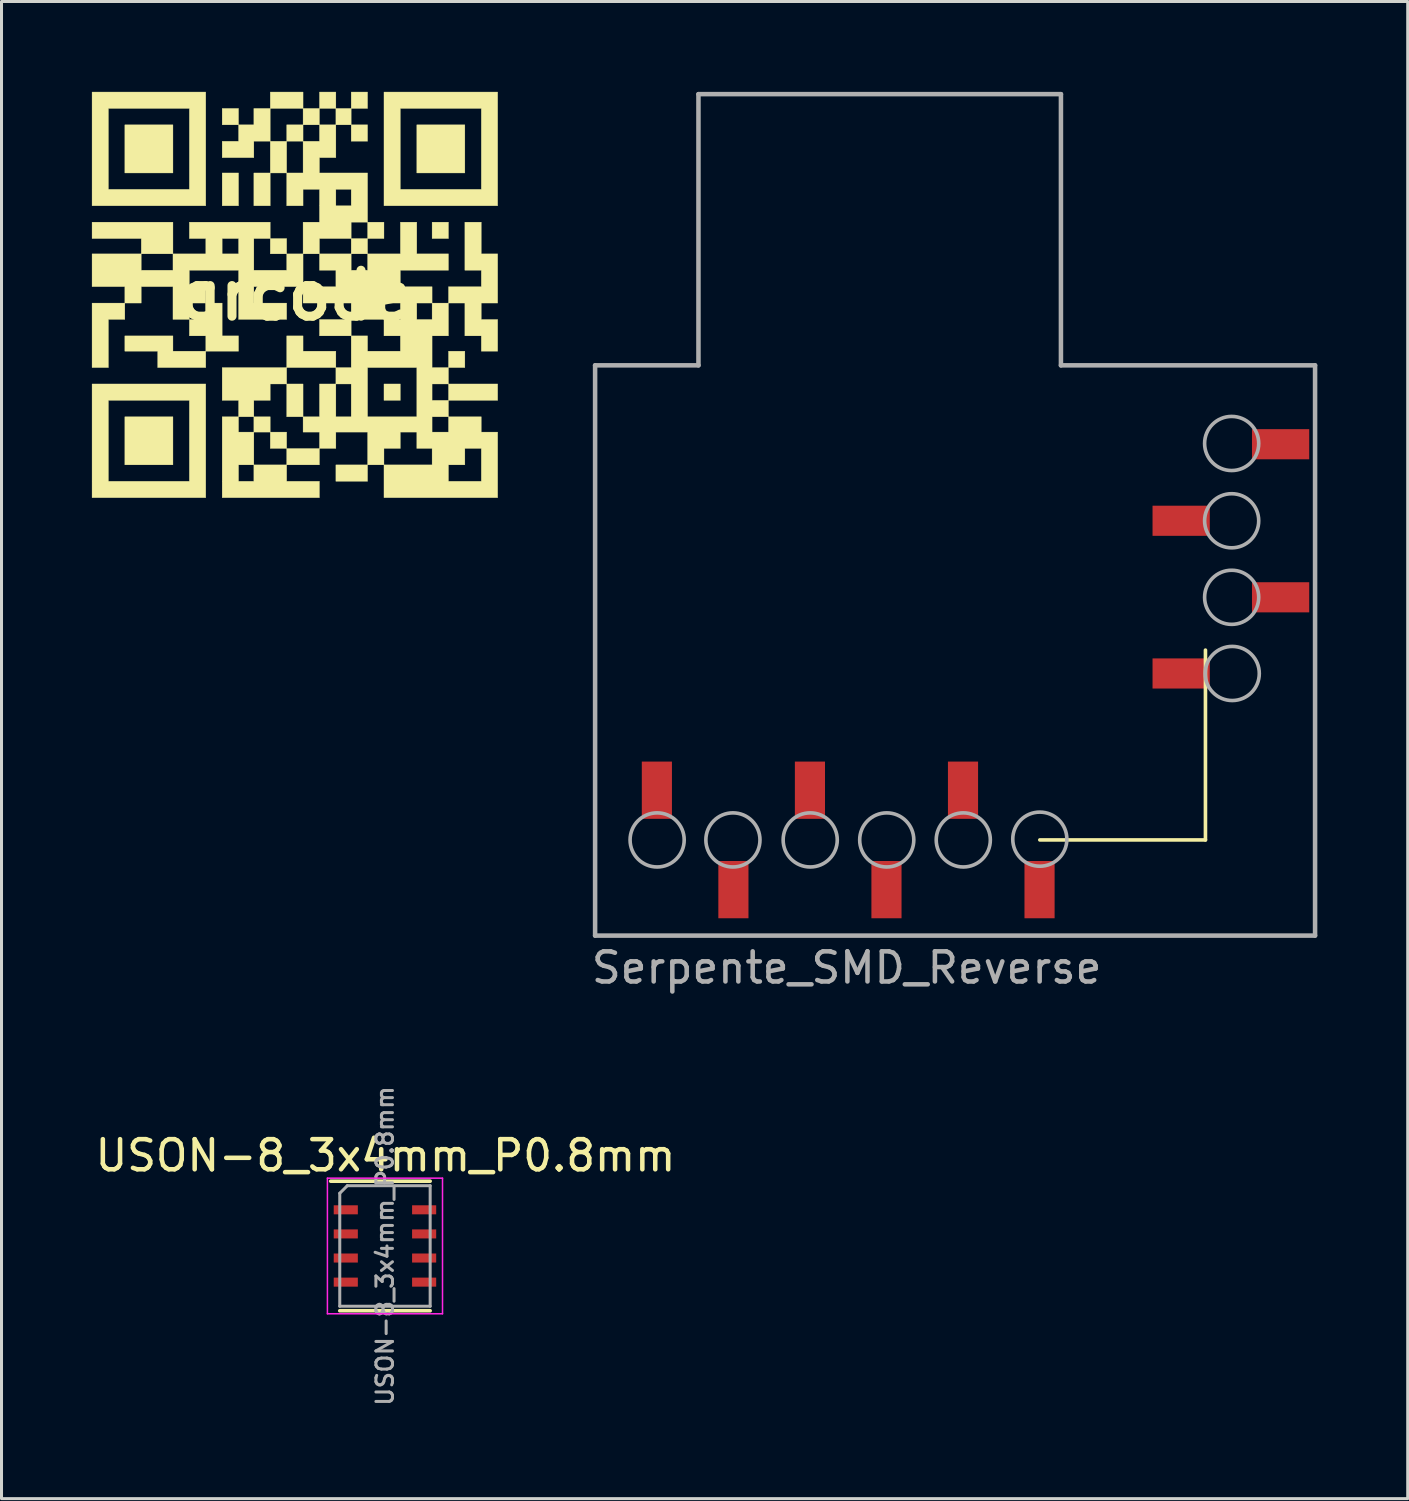
<source format=kicad_pcb>
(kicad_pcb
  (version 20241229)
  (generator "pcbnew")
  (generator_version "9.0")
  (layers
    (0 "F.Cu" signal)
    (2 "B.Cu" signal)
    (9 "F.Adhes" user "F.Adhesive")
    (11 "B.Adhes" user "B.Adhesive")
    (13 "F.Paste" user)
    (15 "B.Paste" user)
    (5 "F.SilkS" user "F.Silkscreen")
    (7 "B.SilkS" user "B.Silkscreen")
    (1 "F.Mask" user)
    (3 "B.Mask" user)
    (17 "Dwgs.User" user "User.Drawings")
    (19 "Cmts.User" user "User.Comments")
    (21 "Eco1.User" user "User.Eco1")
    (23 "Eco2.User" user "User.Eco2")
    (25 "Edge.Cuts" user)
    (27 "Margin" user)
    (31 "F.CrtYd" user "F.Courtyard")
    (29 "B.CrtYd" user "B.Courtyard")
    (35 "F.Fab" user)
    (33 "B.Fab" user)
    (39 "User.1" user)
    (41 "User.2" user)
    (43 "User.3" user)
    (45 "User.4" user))
  (footprint "USON-8_3x4mm_P0.8mm"
    (layer "F.Cu")
    (at 9.726 38.301)
    (property "Reference" "USON-8_3x4mm_P0.8mm" (at 0.018 -3 0) (layer "F.SilkS") (effects (font (size 1 1) (thickness 0.15))))
    (attr smd)
    (fp_line (start 1.5 -2.15) (end -1.8 -2.15) (stroke (width 0.12) (type solid)) (layer "F.SilkS"))
    (fp_line (start 1.5 2.15) (end -1.5 2.15) (stroke (width 0.12) (type solid)) (layer "F.SilkS"))
    (fp_line (start -1.91 -2.25) (end 1.91 -2.25) (stroke (width 0.05) (type solid)) (layer "F.CrtYd"))
    (fp_line (start -1.91 2.25) (end -1.91 -2.25) (stroke (width 0.05) (type solid)) (layer "F.CrtYd"))
    (fp_line (start 1.91 -2.25) (end 1.91 2.25) (stroke (width 0.05) (type solid)) (layer "F.CrtYd"))
    (fp_line (start 1.91 2.25) (end -1.91 2.25) (stroke (width 0.05) (type solid)) (layer "F.CrtYd"))
    (fp_line (start -1.5 -1.75) (end -1.5 2) (stroke (width 0.1) (type solid)) (layer "F.Fab"))
    (fp_line (start -1.5 2) (end 1.5 2) (stroke (width 0.1) (type solid)) (layer "F.Fab"))
    (fp_line (start -1.25 -2) (end -1.5 -1.75) (stroke (width 0.1) (type solid)) (layer "F.Fab"))
    (fp_line (start 1.5 -2) (end -1.25 -2) (stroke (width 0.1) (type solid)) (layer "F.Fab"))
    (fp_line (start 1.5 -2) (end 1.5 2) (stroke (width 0.1) (type solid)) (layer "F.Fab"))
    (fp_text user "${REFERENCE}" (at 0 0 270) (layer "F.Fab") (effects (font (size 0.55 0.55) (thickness 0.1))))
    (pad "1" smd rect (at -1.3 -1.2 270) (size 0.3 0.8) (layers "F.Cu" "F.Mask" "F.Paste"))
    (pad "2" smd rect (at -1.3 -0.4 270) (size 0.3 0.8) (layers "F.Cu" "F.Mask" "F.Paste"))
    (pad "3" smd rect (at -1.3 0.4 270) (size 0.3 0.8) (layers "F.Cu" "F.Mask" "F.Paste"))
    (pad "4" smd rect (at -1.3 1.2 270) (size 0.3 0.8) (layers "F.Cu" "F.Mask" "F.Paste"))
    (pad "5" smd rect (at 1.3 1.2 270) (size 0.3 0.8) (layers "F.Cu" "F.Mask" "F.Paste"))
    (pad "6" smd rect (at 1.3 0.4 270) (size 0.3 0.8) (layers "F.Cu" "F.Mask" "F.Paste"))
    (pad "7" smd rect (at 1.3 -0.4 270) (size 0.3 0.8) (layers "F.Cu" "F.Mask" "F.Paste"))
    (pad "8" smd rect (at 1.3 -1.2 270) (size 0.3 0.8) (layers "F.Cu" "F.Mask" "F.Paste")))
  (footprint "Serpente_SMD_Reverse"
    (layer "F.Cu")
    (at 25.405 24.825)
    (property "Reference" "Serpente_SMD_Reverse" (at -0.356 4.242 0) (layer "F.Fab") (effects (font (size 1 1) (thickness 0.15))))
    (attr through_hole)
    (fp_line (start 6.054 0) (end 11.551 0) (stroke (width 0.12) (type solid)) (layer "F.SilkS"))
    (fp_line (start 11.551 0) (end 11.551 -6.299) (stroke (width 0.12) (type solid)) (layer "F.SilkS"))
    (fp_line (start -8.705 -15.75) (end -8.705 3.175) (stroke (width 0.15) (type solid)) (layer "F.Fab"))
    (fp_line (start -5.275 -24.75) (end -5.275 -15.75) (stroke (width 0.15) (type solid)) (layer "F.Fab"))
    (fp_line (start -5.275 -24.75) (end 6.755 -24.75) (stroke (width 0.15) (type solid)) (layer "F.Fab"))
    (fp_line (start -5.275 -15.75) (end -8.705 -15.75) (stroke (width 0.15) (type solid)) (layer "F.Fab"))
    (fp_line (start 6.755 -24.75) (end 6.755 -15.75) (stroke (width 0.15) (type solid)) (layer "F.Fab"))
    (fp_line (start 6.755 -15.75) (end 15.189 -15.75) (stroke (width 0.15) (type solid)) (layer "F.Fab"))
    (fp_line (start 15.189 -15.75) (end 15.189 3.175) (stroke (width 0.15) (type solid)) (layer "F.Fab"))
    (fp_line (start 15.189 3.175) (end -8.705 3.175) (stroke (width 0.15) (type solid)) (layer "F.Fab"))
    (fp_circle (center -6.646 0) (end -7.544 0) (stroke (width 0.12) (type solid)) (fill no) (layer "F.Fab"))
    (fp_circle (center -4.131 0) (end -5.029 0) (stroke (width 0.12) (type solid)) (fill no) (layer "F.Fab"))
    (fp_circle (center -1.566 0) (end -2.464 0) (stroke (width 0.12) (type solid)) (fill no) (layer "F.Fab"))
    (fp_circle (center 0.974 0) (end 0.076 0) (stroke (width 0.12) (type solid)) (fill no) (layer "F.Fab"))
    (fp_circle (center 3.514 0) (end 2.616 0) (stroke (width 0.12) (type solid)) (fill no) (layer "F.Fab"))
    (fp_circle (center 6.054 -0.025) (end 5.156 -0.025) (stroke (width 0.12) (type solid)) (fill no) (layer "F.Fab"))
    (fp_circle (center 12.421 -13.157) (end 11.523 -13.157) (stroke (width 0.12) (type solid)) (fill no) (layer "F.Fab"))
    (fp_circle (center 12.421 -10.592) (end 11.523 -10.592) (stroke (width 0.12) (type solid)) (fill no) (layer "F.Fab"))
    (fp_circle (center 12.421 -8.052) (end 11.523 -8.052) (stroke (width 0.12) (type solid)) (fill no) (layer "F.Fab"))
    (fp_circle (center 12.44 -5.524) (end 13.338 -5.524) (stroke (width 0.12) (type solid)) (fill no) (layer "F.Fab"))
    (pad "1" smd rect (at 6.045 1.65 90) (size 1.9 1) (layers "F.Cu" "F.Mask" "F.Paste"))
    (pad "2" smd rect (at 3.505 -1.65 90) (size 1.9 1) (layers "F.Cu" "F.Mask" "F.Paste"))
    (pad "3" smd rect (at 0.965 1.65 90) (size 1.9 1) (layers "F.Cu" "F.Mask" "F.Paste"))
    (pad "4" smd rect (at -1.575 -1.65 90) (size 1.9 1) (layers "F.Cu" "F.Mask" "F.Paste"))
    (pad "5" smd rect (at -4.115 1.65 90) (size 1.9 1) (layers "F.Cu" "F.Mask" "F.Paste"))
    (pad "6" smd rect (at -6.655 -1.65 90) (size 1.9 1) (layers "F.Cu" "F.Mask" "F.Paste"))
    (pad "7" smd rect (at 10.745 -5.524) (size 1.9 1) (layers "F.Cu" "F.Mask" "F.Paste"))
    (pad "8" smd rect (at 14.045 -8.052) (size 1.9 1) (layers "F.Cu" "F.Mask" "F.Paste"))
    (pad "9" smd rect (at 10.745 -10.592) (size 1.9 1) (layers "F.Cu" "F.Mask" "F.Paste"))
    (pad "10" smd rect (at 14.045 -13.132) (size 1.9 1) (layers "F.Cu" "F.Mask" "F.Paste")))
  (footprint "qrcode"
    (layer "F.Cu")
    (at 6.754 6.754)
    (property "Reference" "qrcode" (at 0 0 180) (layer "F.SilkS") (effects (font (size 1.524 1.524) (thickness 0.3))))
    (attr exclude_from_pos_files exclude_from_bom)
    (fp_poly (pts (xy -4.064 -4.064) (xy -5.661 -4.064) (xy -5.661 -5.661) (xy -4.064 -5.661) (xy -4.064 -4.064)) (stroke (width 0.01) (type solid)) (fill yes) (layer "F.SilkS"))
    (fp_poly (pts (xy -4.064 5.624) (xy -5.661 5.624) (xy -5.661 4.028) (xy -4.064 4.028) (xy -4.064 5.624)) (stroke (width 0.01) (type solid)) (fill yes) (layer "F.SilkS"))
    (fp_poly (pts (xy -2.431 -5.661) (xy -2.431 -6.205) (xy -1.887 -6.205) (xy -1.887 -5.661) (xy -2.431 -5.661)) (stroke (width 0.01) (type solid)) (fill yes) (layer "F.SilkS"))
    (fp_poly (pts (xy -1.887 -2.975) (xy -2.431 -2.975) (xy -2.431 -4.064) (xy -1.887 -4.064) (xy -1.887 -2.975)) (stroke (width 0.01) (type solid)) (fill yes) (layer "F.SilkS"))
    (fp_poly (pts (xy -1.379 4.536) (xy -1.379 4.028) (xy -0.835 4.028) (xy -0.835 4.536) (xy -1.379 4.536)) (stroke (width 0.01) (type solid)) (fill yes) (layer "F.SilkS"))
    (fp_poly (pts (xy -0.835 -6.205) (xy -0.835 -6.749) (xy 0.254 -6.749) (xy 0.254 -6.205) (xy -0.835 -6.205)) (stroke (width 0.01) (type solid)) (fill yes) (layer "F.SilkS"))
    (fp_poly (pts (xy -0.835 -5.116) (xy -0.29 -5.116) (xy -0.29 -4.064) (xy -0.835 -4.064) (xy -0.835 -5.116)) (stroke (width 0.01) (type solid)) (fill yes) (layer "F.SilkS"))
    (fp_poly (pts (xy -0.835 -2.975) (xy -1.379 -2.975) (xy -1.379 -4.064) (xy -0.835 -4.064) (xy -0.835 -2.975)) (stroke (width 0.01) (type solid)) (fill yes) (layer "F.SilkS"))
    (fp_poly (pts (xy -0.835 -1.379) (xy -0.835 -1.887) (xy -0.29 -1.887) (xy -0.29 -1.379) (xy -0.835 -1.379)) (stroke (width 0.01) (type solid)) (fill yes) (layer "F.SilkS"))
    (fp_poly (pts (xy -0.29 4.536) (xy -0.29 5.08) (xy -0.835 5.08) (xy -0.835 4.536) (xy -0.29 4.536)) (stroke (width 0.01) (type solid)) (fill yes) (layer "F.SilkS"))
    (fp_poly (pts (xy 0.254 -5.116) (xy -0.29 -5.116) (xy -0.29 -5.661) (xy 0.254 -5.661) (xy 0.254 -5.116)) (stroke (width 0.01) (type solid)) (fill yes) (layer "F.SilkS"))
    (fp_poly (pts (xy 0.254 4.028) (xy -0.29 4.028) (xy -0.29 2.939) (xy 0.254 2.939) (xy 0.254 4.028)) (stroke (width 0.01) (type solid)) (fill yes) (layer "F.SilkS"))
    (fp_poly (pts (xy 1.851 -6.749) (xy 2.395 -6.749) (xy 2.395 -6.205) (xy 1.851 -6.205) (xy 1.851 -6.749)) (stroke (width 0.01) (type solid)) (fill yes) (layer "F.SilkS"))
    (fp_poly (pts (xy 2.395 -5.116) (xy 1.851 -5.116) (xy 1.851 -5.661) (xy 2.395 -5.661) (xy 2.395 -5.116)) (stroke (width 0.01) (type solid)) (fill yes) (layer "F.SilkS"))
    (fp_poly (pts (xy 2.395 -2.431) (xy 2.939 -2.431) (xy 2.939 -1.887) (xy 2.395 -1.887) (xy 2.395 -2.431)) (stroke (width 0.01) (type solid)) (fill yes) (layer "F.SilkS"))
    (fp_poly (pts (xy 2.395 6.169) (xy 1.343 6.169) (xy 1.343 5.624) (xy 2.395 5.624) (xy 2.395 6.169)) (stroke (width 0.01) (type solid)) (fill yes) (layer "F.SilkS"))
    (fp_poly (pts (xy 3.483 3.483) (xy 2.939 3.483) (xy 2.939 2.939) (xy 3.483 2.939) (xy 3.483 3.483)) (stroke (width 0.01) (type solid)) (fill yes) (layer "F.SilkS"))
    (fp_poly (pts (xy 5.08 -1.887) (xy 4.536 -1.887) (xy 4.536 -2.431) (xy 5.08 -2.431) (xy 5.08 -1.887)) (stroke (width 0.01) (type solid)) (fill yes) (layer "F.SilkS"))
    (fp_poly (pts (xy 5.08 1.851) (xy 5.624 1.851) (xy 5.624 2.395) (xy 5.08 2.395) (xy 5.08 1.851)) (stroke (width 0.01) (type solid)) (fill yes) (layer "F.SilkS"))
    (fp_poly (pts (xy 5.08 2.939) (xy 6.713 2.939) (xy 6.713 3.483) (xy 5.08 3.483) (xy 5.08 2.939)) (stroke (width 0.01) (type solid)) (fill yes) (layer "F.SilkS"))
    (fp_poly (pts (xy 5.624 -4.064) (xy 4.028 -4.064) (xy 4.028 -5.661) (xy 5.624 -5.661) (xy 5.624 -4.064)) (stroke (width 0.01) (type solid)) (fill yes) (layer "F.SilkS"))
    (fp_poly (pts (xy -5.661 0.798) (xy -6.205 0.798) (xy -6.205 2.395) (xy -6.749 2.395) (xy -6.749 0.254) (xy -5.661 0.254) (xy -5.661 0.798)) (stroke (width 0.01) (type solid)) (fill yes) (layer "F.SilkS"))
    (fp_poly (pts (xy -2.975 2.395) (xy -4.572 2.395) (xy -4.572 1.851) (xy -5.661 1.851) (xy -5.661 1.343) (xy -4.064 1.343) (xy -4.064 1.851) (xy -2.975 1.851) (xy -2.975 2.395)) (stroke (width 0.01) (type solid)) (fill yes) (layer "F.SilkS"))
    (fp_poly (pts (xy -2.975 1.343) (xy -3.52 1.343) (xy -3.52 0.798) (xy -2.975 0.798) (xy -2.975 0.254) (xy -2.431 0.254) (xy -2.431 1.343) (xy -1.887 1.343) (xy -1.887 1.851) (xy -2.975 1.851) (xy -2.975 1.343)) (stroke (width 0.01) (type solid)) (fill yes) (layer "F.SilkS"))
    (fp_poly (pts (xy -1.379 -5.661) (xy -1.379 -6.205) (xy -0.835 -6.205) (xy -0.835 -5.116) (xy -1.379 -5.116) (xy -1.379 -4.572) (xy -2.431 -4.572) (xy -2.431 -5.116) (xy -1.887 -5.116) (xy -1.887 -5.661) (xy -1.379 -5.661)) (stroke (width 0.01) (type solid)) (fill yes) (layer "F.SilkS"))
    (fp_poly (pts (xy -2.975 -2.975) (xy -6.749 -2.975) (xy -6.749 -6.205) (xy -6.205 -6.205) (xy -6.205 -3.52) (xy -3.52 -3.52) (xy -3.52 -6.205) (xy -6.205 -6.205) (xy -6.749 -6.205) (xy -6.749 -6.749) (xy -2.975 -6.749) (xy -2.975 -2.975)) (stroke (width 0.01) (type solid)) (fill yes) (layer "F.SilkS"))
    (fp_poly (pts (xy -2.975 6.713) (xy -6.749 6.713) (xy -6.749 3.483) (xy -6.205 3.483) (xy -6.205 6.169) (xy -3.52 6.169) (xy -3.52 3.483) (xy -6.205 3.483) (xy -6.749 3.483) (xy -6.749 2.939) (xy -2.975 2.939) (xy -2.975 6.713)) (stroke (width 0.01) (type solid)) (fill yes) (layer "F.SilkS"))
    (fp_poly (pts (xy 6.713 -2.975) (xy 2.939 -2.975) (xy 2.939 -6.205) (xy 3.483 -6.205) (xy 3.483 -3.52) (xy 6.169 -3.52) (xy 6.169 -6.205) (xy 3.483 -6.205) (xy 2.939 -6.205) (xy 2.939 -6.749) (xy 6.713 -6.749) (xy 6.713 -2.975)) (stroke (width 0.01) (type solid)) (fill yes) (layer "F.SilkS"))
    (fp_poly (pts (xy 5.08 -0.29) (xy 6.169 -0.29) (xy 6.169 -0.835) (xy 5.624 -0.835) (xy 5.624 -2.431) (xy 6.169 -2.431) (xy 6.169 -1.379) (xy 6.713 -1.379) (xy 6.713 0.254) (xy 6.169 0.254) (xy 6.169 0.798) (xy 6.713 0.798) (xy 6.713 1.851) (xy 6.169 1.851) (xy 6.169 1.343) (xy 5.624 1.343) (xy 5.624 0.254) (xy 5.08 0.254) (xy 5.08 -0.29)) (stroke (width 0.01) (type solid)) (fill yes) (layer "F.SilkS"))
    (fp_poly (pts (xy 1.851 -5.661) (xy 1.343 -5.661) (xy 1.343 -4.572) (xy 0.798 -4.572) (xy 0.798 -4.064) (xy 2.395 -4.064) (xy 2.395 -2.431) (xy 1.851 -2.431) (xy 1.851 -1.887) (xy 0.798 -1.887) (xy 0.798 -1.379) (xy 0.254 -1.379) (xy 0.254 -2.431) (xy 0.798 -2.431) (xy 0.798 -3.52) (xy 1.343 -3.52) (xy 1.343 -2.975) (xy 1.851 -2.975) (xy 1.851 -3.52) (xy 1.343 -3.52) (xy 0.798 -3.52) (xy 0.254 -3.52) (xy 0.254 -2.975) (xy -0.29 -2.975) (xy -0.29 -4.064) (xy 0.254 -4.064) (xy 0.254 -5.116) (xy 0.798 -5.116) (xy 0.798 -5.661) (xy 0.254 -5.661) (xy 0.254 -6.205) (xy 0.798 -6.205) (xy 0.798 -5.661) (xy 1.343 -5.661) (xy 1.343 -6.205) (xy 0.798 -6.205) (xy 0.798 -6.749) (xy 1.343 -6.749) (xy 1.343 -6.205) (xy 1.851 -6.205) (xy 1.851 -5.661)) (stroke (width 0.01) (type solid)) (fill yes) (layer "F.SilkS"))
    (fp_poly (pts (xy -1.379 -0.29) (xy -1.379 0.254) (xy -0.29 0.254) (xy -0.29 0.798) (xy -1.887 0.798) (xy -1.887 -0.835) (xy -3.52 -0.835) (xy -3.52 -0.29) (xy -2.975 -0.29) (xy -2.975 0.254) (xy -3.52 0.254) (xy -3.52 0.798) (xy -4.064 0.798) (xy -4.064 -0.29) (xy -5.116 -0.29) (xy -5.116 0.254) (xy -5.661 0.254) (xy -5.661 -0.29) (xy -6.749 -0.29) (xy -6.749 -1.379) (xy -5.116 -1.379) (xy -5.116 -0.835) (xy -4.064 -0.835) (xy -4.064 -1.379) (xy -5.116 -1.379) (xy -5.116 -1.887) (xy -6.749 -1.887) (xy -6.749 -2.431) (xy -4.064 -2.431) (xy -4.064 -1.379) (xy -2.975 -1.379) (xy -2.975 -1.887) (xy -2.431 -1.887) (xy -2.431 -1.379) (xy -1.887 -1.379) (xy -1.887 -1.887) (xy -2.431 -1.887) (xy -2.975 -1.887) (xy -3.52 -1.887) (xy -3.52 -2.431) (xy -0.835 -2.431) (xy -0.835 -1.887) (xy -1.379 -1.887) (xy -1.379 -0.835) (xy -0.29 -0.835) (xy -0.29 -1.379) (xy 0.254 -1.379) (xy 0.254 -0.29) (xy -1.379 -0.29)) (stroke (width 0.01) (type solid)) (fill yes) (layer "F.SilkS"))
    (fp_poly (pts (xy 2.395 -1.379) (xy 3.483 -1.379) (xy 3.483 -2.431) (xy 4.028 -2.431) (xy 4.028 -1.379) (xy 5.08 -1.379) (xy 5.08 -0.835) (xy 3.483 -0.835) (xy 3.483 -0.29) (xy 4.536 -0.29) (xy 4.536 0.254) (xy 5.08 0.254) (xy 5.08 1.343) (xy 4.536 1.343) (xy 4.536 2.395) (xy 5.08 2.395) (xy 5.08 2.939) (xy 4.536 2.939) (xy 4.536 3.483) (xy 5.08 3.483) (xy 5.08 4.028) (xy 6.169 4.028) (xy 6.169 4.536) (xy 6.713 4.536) (xy 6.713 6.713) (xy 2.939 6.713) (xy 2.939 5.624) (xy 2.395 5.624) (xy 2.395 5.08) (xy 2.939 5.08) (xy 2.939 5.624) (xy 4.536 5.624) (xy 5.08 5.624) (xy 5.08 6.169) (xy 6.169 6.169) (xy 6.169 5.08) (xy 5.624 5.08) (xy 5.624 5.624) (xy 5.08 5.624) (xy 4.536 5.624) (xy 4.536 5.08) (xy 4.028 5.08) (xy 4.028 4.536) (xy 3.483 4.536) (xy 3.483 5.08) (xy 2.939 5.08) (xy 2.395 5.08) (xy 2.395 4.536) (xy 1.343 4.536) (xy 1.343 5.08) (xy 0.798 5.08) (xy 0.798 5.624) (xy -0.29 5.624) (xy -0.29 6.169) (xy 0.798 6.169) (xy 0.798 6.713) (xy -2.431 6.713) (xy -2.431 5.624) (xy -1.887 5.624) (xy -1.887 6.169) (xy -1.379 6.169) (xy -1.379 5.624) (xy -1.887 5.624) (xy -2.431 5.624) (xy -2.431 4.028) (xy -1.887 4.028) (xy -1.887 4.536) (xy -1.379 4.536) (xy -1.379 5.624) (xy -0.29 5.624) (xy -0.29 5.08) (xy 0.798 5.08) (xy 0.798 4.536) (xy 0.254 4.536) (xy 0.254 4.028) (xy 0.798 4.028) (xy 0.798 2.939) (xy 1.343 2.939) (xy 1.343 4.028) (xy 1.851 4.028) (xy 1.851 2.939) (xy 1.343 2.939) (xy 1.343 2.395) (xy -0.29 2.395) (xy -0.29 2.939) (xy -0.835 2.939) (xy -0.835 3.483) (xy -1.379 3.483) (xy -1.379 4.028) (xy -1.887 4.028) (xy -1.887 3.483) (xy -2.431 3.483) (xy -2.431 2.395) (xy -0.29 2.395) (xy -0.29 1.343) (xy 0.254 1.343) (xy 0.254 1.851) (xy 1.343 1.851) (xy 1.343 2.395) (xy 1.851 2.395) (xy 2.395 2.395) (xy 2.395 4.028) (xy 4.028 4.028) (xy 4.536 4.028) (xy 4.536 4.536) (xy 5.08 4.536) (xy 5.08 4.028) (xy 4.536 4.028) (xy 4.028 4.028) (xy 4.028 2.395) (xy 2.395 2.395) (xy 1.851 2.395) (xy 1.851 1.343) (xy 0.798 1.343) (xy 0.798 0.798) (xy 1.851 0.798) (xy 1.851 1.343) (xy 2.395 1.343) (xy 2.395 1.851) (xy 3.483 1.851) (xy 3.483 1.343) (xy 2.939 1.343) (xy 2.939 0.798) (xy 1.851 0.798) (xy 1.851 0.254) (xy 2.939 0.254) (xy 2.939 0.798) (xy 3.483 0.798) (xy 3.483 0.254) (xy 4.028 0.254) (xy 4.028 0.798) (xy 4.536 0.798) (xy 4.536 0.254) (xy 4.028 0.254) (xy 3.483 0.254) (xy 2.939 0.254) (xy 1.851 0.254) (xy 0.254 0.254) (xy 0.254 -0.29) (xy 1.343 -0.29) (xy 1.343 -0.835) (xy 0.798 -0.835) (xy 0.798 -1.379) (xy 1.851 -1.379) (xy 1.851 -0.835) (xy 2.395 -0.835) (xy 2.395 -1.379) (xy 1.851 -1.379) (xy 1.851 -1.887) (xy 2.395 -1.887) (xy 2.395 -1.379)) (stroke (width 0.01) (type solid)) (fill yes) (layer "F.SilkS")))
  (gr_rect
    (start -3 -3)
    (end 43.669 46.686)
    (stroke (width 0.1) (type default))
    (fill no)
    (layer "Edge.Cuts")))
</source>
